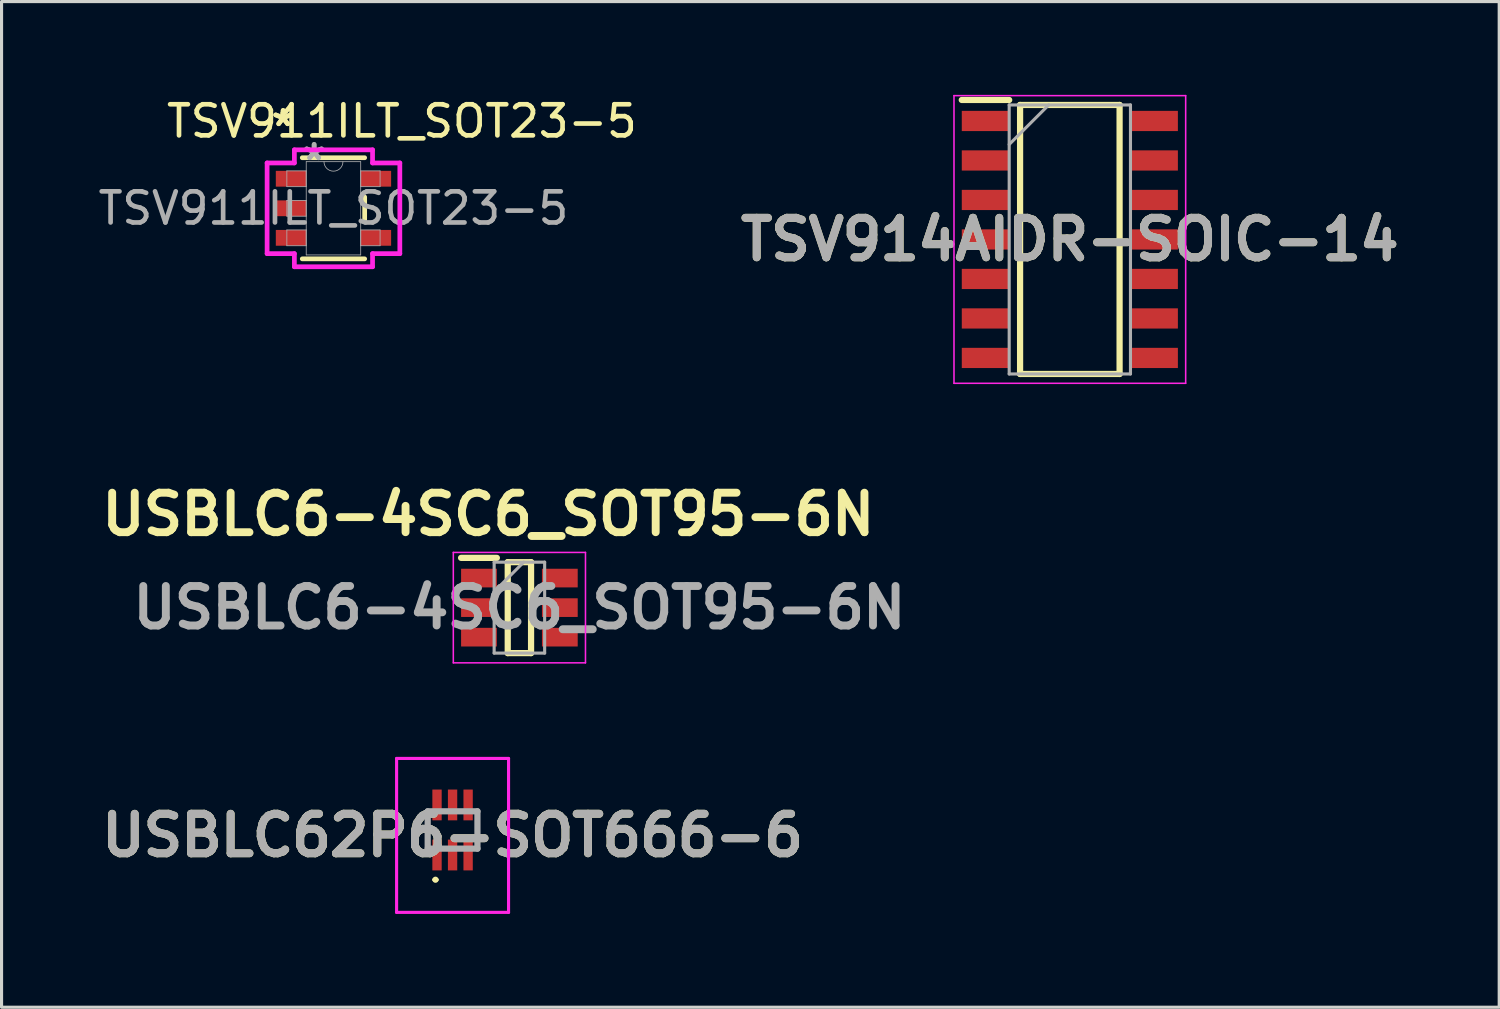
<source format=kicad_pcb>
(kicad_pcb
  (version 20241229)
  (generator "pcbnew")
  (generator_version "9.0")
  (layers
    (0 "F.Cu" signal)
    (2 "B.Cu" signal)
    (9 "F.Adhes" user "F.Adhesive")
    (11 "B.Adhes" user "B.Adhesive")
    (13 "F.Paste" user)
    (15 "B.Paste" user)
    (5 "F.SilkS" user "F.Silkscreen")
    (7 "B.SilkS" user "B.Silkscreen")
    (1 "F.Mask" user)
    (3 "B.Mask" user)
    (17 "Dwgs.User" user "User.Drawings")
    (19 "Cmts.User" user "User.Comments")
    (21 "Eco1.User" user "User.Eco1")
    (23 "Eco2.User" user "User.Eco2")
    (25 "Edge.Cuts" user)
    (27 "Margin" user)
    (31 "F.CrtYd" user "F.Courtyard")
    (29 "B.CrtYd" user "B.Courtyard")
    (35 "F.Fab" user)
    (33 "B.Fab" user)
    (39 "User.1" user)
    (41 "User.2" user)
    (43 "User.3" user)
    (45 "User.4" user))
  (footprint "TSV911ILT_SOT23-5"
    (layer "F.Cu")
    (at 7.673 3.648)
    (property "Reference" "TSV911ILT_SOT23-5" (at 2.2 -2.8 0) (unlocked yes) (layer "F.SilkS") (effects (font (size 1 1) (thickness 0.15))))
    (attr smd)
    (fp_line (start -1.003 1.626) (end 1.003 1.626) (stroke (width 0.152) (type solid)) (layer "F.SilkS"))
    (fp_line (start 1.003 -1.626) (end -1.003 -1.626) (stroke (width 0.152) (type solid)) (layer "F.SilkS"))
    (fp_line (start 1.003 0.363) (end 1.003 -0.363) (stroke (width 0.152) (type solid)) (layer "F.SilkS"))
    (fp_line (start -2.134 -1.458) (end -1.257 -1.458) (stroke (width 0.152) (type solid)) (layer "F.CrtYd"))
    (fp_line (start -2.134 1.458) (end -2.134 -1.458) (stroke (width 0.152) (type solid)) (layer "F.CrtYd"))
    (fp_line (start -1.257 -1.88) (end 1.257 -1.88) (stroke (width 0.152) (type solid)) (layer "F.CrtYd"))
    (fp_line (start -1.257 -1.458) (end -1.257 -1.88) (stroke (width 0.152) (type solid)) (layer "F.CrtYd"))
    (fp_line (start -1.257 1.458) (end -2.134 1.458) (stroke (width 0.152) (type solid)) (layer "F.CrtYd"))
    (fp_line (start -1.257 1.88) (end -1.257 1.458) (stroke (width 0.152) (type solid)) (layer "F.CrtYd"))
    (fp_line (start 1.257 -1.88) (end 1.257 -1.458) (stroke (width 0.152) (type solid)) (layer "F.CrtYd"))
    (fp_line (start 1.257 -1.458) (end 2.134 -1.458) (stroke (width 0.152) (type solid)) (layer "F.CrtYd"))
    (fp_line (start 1.257 1.458) (end 1.257 1.88) (stroke (width 0.152) (type solid)) (layer "F.CrtYd"))
    (fp_line (start 1.257 1.88) (end -1.257 1.88) (stroke (width 0.152) (type solid)) (layer "F.CrtYd"))
    (fp_line (start 2.134 -1.458) (end 2.134 1.458) (stroke (width 0.152) (type solid)) (layer "F.CrtYd"))
    (fp_line (start 2.134 1.458) (end 1.257 1.458) (stroke (width 0.152) (type solid)) (layer "F.CrtYd"))
    (fp_line (start -1.499 -1.204) (end -1.499 -0.696) (stroke (width 0.025) (type solid)) (layer "F.Fab"))
    (fp_line (start -1.499 -0.696) (end -0.876 -0.696) (stroke (width 0.025) (type solid)) (layer "F.Fab"))
    (fp_line (start -1.499 -0.254) (end -1.499 0.254) (stroke (width 0.025) (type solid)) (layer "F.Fab"))
    (fp_line (start -1.499 0.254) (end -0.876 0.254) (stroke (width 0.025) (type solid)) (layer "F.Fab"))
    (fp_line (start -1.499 0.696) (end -1.499 1.204) (stroke (width 0.025) (type solid)) (layer "F.Fab"))
    (fp_line (start -1.499 1.204) (end -0.876 1.204) (stroke (width 0.025) (type solid)) (layer "F.Fab"))
    (fp_line (start -0.876 -1.499) (end -0.876 1.499) (stroke (width 0.025) (type solid)) (layer "F.Fab"))
    (fp_line (start -0.876 -1.204) (end -1.499 -1.204) (stroke (width 0.025) (type solid)) (layer "F.Fab"))
    (fp_line (start -0.876 -0.696) (end -0.876 -1.204) (stroke (width 0.025) (type solid)) (layer "F.Fab"))
    (fp_line (start -0.876 -0.254) (end -1.499 -0.254) (stroke (width 0.025) (type solid)) (layer "F.Fab"))
    (fp_line (start -0.876 0.254) (end -0.876 -0.254) (stroke (width 0.025) (type solid)) (layer "F.Fab"))
    (fp_line (start -0.876 0.696) (end -1.499 0.696) (stroke (width 0.025) (type solid)) (layer "F.Fab"))
    (fp_line (start -0.876 1.204) (end -0.876 0.696) (stroke (width 0.025) (type solid)) (layer "F.Fab"))
    (fp_line (start -0.876 1.499) (end 0.876 1.499) (stroke (width 0.025) (type solid)) (layer "F.Fab"))
    (fp_line (start 0.876 -1.499) (end -0.876 -1.499) (stroke (width 0.025) (type solid)) (layer "F.Fab"))
    (fp_line (start 0.876 -1.204) (end 0.876 -0.696) (stroke (width 0.025) (type solid)) (layer "F.Fab"))
    (fp_line (start 0.876 -0.696) (end 1.499 -0.696) (stroke (width 0.025) (type solid)) (layer "F.Fab"))
    (fp_line (start 0.876 0.696) (end 0.876 1.204) (stroke (width 0.025) (type solid)) (layer "F.Fab"))
    (fp_line (start 0.876 1.204) (end 1.499 1.204) (stroke (width 0.025) (type solid)) (layer "F.Fab"))
    (fp_line (start 0.876 1.499) (end 0.876 -1.499) (stroke (width 0.025) (type solid)) (layer "F.Fab"))
    (fp_line (start 1.499 -1.204) (end 0.876 -1.204) (stroke (width 0.025) (type solid)) (layer "F.Fab"))
    (fp_line (start 1.499 -0.696) (end 1.499 -1.204) (stroke (width 0.025) (type solid)) (layer "F.Fab"))
    (fp_line (start 1.499 0.696) (end 0.876 0.696) (stroke (width 0.025) (type solid)) (layer "F.Fab"))
    (fp_line (start 1.499 1.204) (end 1.499 0.696) (stroke (width 0.025) (type solid)) (layer "F.Fab"))
    (fp_arc (start 0.3048 -1.4986) (mid 0 -1.1938) (end -0.3048 -1.4986) (stroke (width 0.0254) (type solid)) (layer "F.Fab"))
    (fp_text user "*" (at -1.619 -2.601 0) (layer "F.SilkS") (effects (font (size 1 1) (thickness 0.15))))
    (fp_text user "*" (at -1.619 -2.601 0) (unlocked yes) (layer "F.SilkS") (effects (font (size 1 1) (thickness 0.15))))
    (fp_text user "*" (at -0.622 -1.509 0) (unlocked yes) (layer "F.Fab") (effects (font (size 1 1) (thickness 0.15))))
    (fp_text user "${REFERENCE}" (at 0 0 0) (unlocked yes) (layer "F.Fab") (effects (font (size 1 1) (thickness 0.15))))
    (fp_text user "*" (at -0.622 -1.509 0) (layer "F.Fab") (effects (font (size 1 1) (thickness 0.15))))
    (pad "1" smd rect (at -1.365 -0.95) (size 0.978 0.508) (layers "F.Cu" "F.Mask" "F.Paste"))
    (pad "2" smd rect (at -1.365 0) (size 0.978 0.508) (layers "F.Cu" "F.Mask" "F.Paste"))
    (pad "3" smd rect (at -1.365 0.95) (size 0.978 0.508) (layers "F.Cu" "F.Mask" "F.Paste"))
    (pad "4" smd rect (at 1.365 0.95) (size 0.978 0.508) (layers "F.Cu" "F.Mask" "F.Paste"))
    (pad "5" smd rect (at 1.365 -0.95) (size 0.978 0.508) (layers "F.Cu" "F.Mask" "F.Paste")))
  (footprint "USBLC6-4SC6_SOT95-6N"
    (layer "F.Cu")
    (at 13.652 16.489)
    (property "Reference" "USBLC6-4SC6_SOT95-6N" (at -1 -3 0) (layer "F.SilkS") (effects (font (size 1.27 1.27) (thickness 0.254))))
    (attr smd)
    (fp_line (start -1.875 -1.6) (end -0.725 -1.6) (stroke (width 0.2) (type solid)) (layer "F.SilkS"))
    (fp_line (start -0.375 -1.462) (end 0.375 -1.462) (stroke (width 0.2) (type solid)) (layer "F.SilkS"))
    (fp_line (start -0.375 1.462) (end -0.375 -1.462) (stroke (width 0.2) (type solid)) (layer "F.SilkS"))
    (fp_line (start 0.375 -1.462) (end 0.375 1.462) (stroke (width 0.2) (type solid)) (layer "F.SilkS"))
    (fp_line (start 0.375 1.462) (end -0.375 1.462) (stroke (width 0.2) (type solid)) (layer "F.SilkS"))
    (fp_line (start -2.125 -1.775) (end 2.125 -1.775) (stroke (width 0.05) (type solid)) (layer "F.CrtYd"))
    (fp_line (start -2.125 1.775) (end -2.125 -1.775) (stroke (width 0.05) (type solid)) (layer "F.CrtYd"))
    (fp_line (start 2.125 -1.775) (end 2.125 1.775) (stroke (width 0.05) (type solid)) (layer "F.CrtYd"))
    (fp_line (start 2.125 1.775) (end -2.125 1.775) (stroke (width 0.05) (type solid)) (layer "F.CrtYd"))
    (fp_line (start -0.812 -1.462) (end 0.812 -1.462) (stroke (width 0.1) (type solid)) (layer "F.Fab"))
    (fp_line (start -0.812 -0.512) (end 0.138 -1.462) (stroke (width 0.1) (type solid)) (layer "F.Fab"))
    (fp_line (start -0.812 1.462) (end -0.812 -1.462) (stroke (width 0.1) (type solid)) (layer "F.Fab"))
    (fp_line (start 0.812 -1.462) (end 0.812 1.462) (stroke (width 0.1) (type solid)) (layer "F.Fab"))
    (fp_line (start 0.812 1.462) (end -0.812 1.462) (stroke (width 0.1) (type solid)) (layer "F.Fab"))
    (fp_text user "${REFERENCE}" (at 0 0 0) (layer "F.Fab") (effects (font (size 1.27 1.27) (thickness 0.254))))
    (pad "1" smd rect (at -1.3 -0.95 90) (size 0.6 1.15) (layers "F.Cu" "F.Mask" "F.Paste"))
    (pad "2" smd rect (at -1.3 0 90) (size 0.6 1.15) (layers "F.Cu" "F.Mask" "F.Paste"))
    (pad "3" smd rect (at -1.3 0.95 90) (size 0.6 1.15) (layers "F.Cu" "F.Mask" "F.Paste"))
    (pad "4" smd rect (at 1.3 0.95 90) (size 0.6 1.15) (layers "F.Cu" "F.Mask" "F.Paste"))
    (pad "5" smd rect (at 1.3 0 90) (size 0.6 1.15) (layers "F.Cu" "F.Mask" "F.Paste"))
    (pad "6" smd rect (at 1.3 -0.95 90) (size 0.6 1.15) (layers "F.Cu" "F.Mask" "F.Paste")))
  (footprint "TSV914AIDR-SOIC-14"
    (layer "F.Cu")
    (at 31.352 4.65)
    (property "Reference" "TSV914AIDR-SOIC-14" (at 0 0 0) (layer "F.SilkS") (effects (font (size 1.27 1.27) (thickness 0.254))))
    (attr smd)
    (fp_line (start -3.475 -4.485) (end -1.95 -4.485) (stroke (width 0.2) (type solid)) (layer "F.SilkS"))
    (fp_line (start -1.6 -4.325) (end 1.6 -4.325) (stroke (width 0.2) (type solid)) (layer "F.SilkS"))
    (fp_line (start -1.6 4.325) (end -1.6 -4.325) (stroke (width 0.2) (type solid)) (layer "F.SilkS"))
    (fp_line (start 1.6 -4.325) (end 1.6 4.325) (stroke (width 0.2) (type solid)) (layer "F.SilkS"))
    (fp_line (start 1.6 4.325) (end -1.6 4.325) (stroke (width 0.2) (type solid)) (layer "F.SilkS"))
    (fp_line (start -3.725 -4.625) (end 3.725 -4.625) (stroke (width 0.05) (type solid)) (layer "F.CrtYd"))
    (fp_line (start -3.725 4.625) (end -3.725 -4.625) (stroke (width 0.05) (type solid)) (layer "F.CrtYd"))
    (fp_line (start 3.725 -4.625) (end 3.725 4.625) (stroke (width 0.05) (type solid)) (layer "F.CrtYd"))
    (fp_line (start 3.725 4.625) (end -3.725 4.625) (stroke (width 0.05) (type solid)) (layer "F.CrtYd"))
    (fp_line (start -1.95 -4.325) (end 1.95 -4.325) (stroke (width 0.1) (type solid)) (layer "F.Fab"))
    (fp_line (start -1.95 -3.055) (end -0.68 -4.325) (stroke (width 0.1) (type solid)) (layer "F.Fab"))
    (fp_line (start -1.95 4.325) (end -1.95 -4.325) (stroke (width 0.1) (type solid)) (layer "F.Fab"))
    (fp_line (start 1.95 -4.325) (end 1.95 4.325) (stroke (width 0.1) (type solid)) (layer "F.Fab"))
    (fp_line (start 1.95 4.325) (end -1.95 4.325) (stroke (width 0.1) (type solid)) (layer "F.Fab"))
    (fp_text user "${REFERENCE}" (at 0 0 0) (layer "F.Fab") (effects (font (size 1.27 1.27) (thickness 0.254))))
    (pad "1" smd rect (at -2.712 -3.81 90) (size 0.65 1.525) (layers "F.Cu" "F.Mask" "F.Paste"))
    (pad "2" smd rect (at -2.712 -2.54 90) (size 0.65 1.525) (layers "F.Cu" "F.Mask" "F.Paste"))
    (pad "3" smd rect (at -2.712 -1.27 90) (size 0.65 1.525) (layers "F.Cu" "F.Mask" "F.Paste"))
    (pad "4" smd rect (at -2.712 0 90) (size 0.65 1.525) (layers "F.Cu" "F.Mask" "F.Paste"))
    (pad "5" smd rect (at -2.712 1.27 90) (size 0.65 1.525) (layers "F.Cu" "F.Mask" "F.Paste"))
    (pad "6" smd rect (at -2.712 2.54 90) (size 0.65 1.525) (layers "F.Cu" "F.Mask" "F.Paste"))
    (pad "7" smd rect (at -2.712 3.81 90) (size 0.65 1.525) (layers "F.Cu" "F.Mask" "F.Paste"))
    (pad "8" smd rect (at 2.712 3.81 90) (size 0.65 1.525) (layers "F.Cu" "F.Mask" "F.Paste"))
    (pad "9" smd rect (at 2.712 2.54 90) (size 0.65 1.525) (layers "F.Cu" "F.Mask" "F.Paste"))
    (pad "10" smd rect (at 2.712 1.27 90) (size 0.65 1.525) (layers "F.Cu" "F.Mask" "F.Paste"))
    (pad "11" smd rect (at 2.712 0 90) (size 0.65 1.525) (layers "F.Cu" "F.Mask" "F.Paste"))
    (pad "12" smd rect (at 2.712 -1.27 90) (size 0.65 1.525) (layers "F.Cu" "F.Mask" "F.Paste"))
    (pad "13" smd rect (at 2.712 -2.54 90) (size 0.65 1.525) (layers "F.Cu" "F.Mask" "F.Paste"))
    (pad "14" smd rect (at 2.712 -3.81 90) (size 0.65 1.525) (layers "F.Cu" "F.Mask" "F.Paste")))
  (footprint "USBLC62P6-SOT666-6"
    (layer "F.Cu")
    (at 11.503 23.639)
    (property "Reference" "USBLC62P6-SOT666-6" (at 0 0.175 0) (layer "F.SilkS") (effects (font (size 1.27 1.27) (thickness 0.254))))
    (attr smd)
    (fp_line (start -0.6 1.6) (end -0.6 1.6) (stroke (width 0.1) (type solid)) (layer "F.SilkS"))
    (fp_line (start -0.5 1.6) (end -0.5 1.6) (stroke (width 0.1) (type solid)) (layer "F.SilkS"))
    (fp_arc (start -0.6 1.6) (mid -0.55 1.55) (end -0.5 1.6) (stroke (width 0.1) (type solid)) (layer "F.SilkS"))
    (fp_arc (start -0.5 1.6) (mid -0.55 1.65) (end -0.6 1.6) (stroke (width 0.1) (type solid)) (layer "F.SilkS"))
    (fp_line (start -1.8 -2.3) (end 1.8 -2.3) (stroke (width 0.1) (type solid)) (layer "F.CrtYd"))
    (fp_line (start -1.8 2.65) (end -1.8 -2.3) (stroke (width 0.1) (type solid)) (layer "F.CrtYd"))
    (fp_line (start 1.8 -2.3) (end 1.8 2.65) (stroke (width 0.1) (type solid)) (layer "F.CrtYd"))
    (fp_line (start 1.8 2.65) (end -1.8 2.65) (stroke (width 0.1) (type solid)) (layer "F.CrtYd"))
    (fp_line (start -0.8 -0.6) (end 0.8 -0.6) (stroke (width 0.2) (type solid)) (layer "F.Fab"))
    (fp_line (start -0.8 0.6) (end -0.8 -0.6) (stroke (width 0.2) (type solid)) (layer "F.Fab"))
    (fp_line (start 0.8 -0.6) (end 0.8 0.6) (stroke (width 0.2) (type solid)) (layer "F.Fab"))
    (fp_line (start 0.8 0.6) (end -0.8 0.6) (stroke (width 0.2) (type solid)) (layer "F.Fab"))
    (fp_text user "${REFERENCE}" (at 0 0.175 0) (layer "F.Fab") (effects (font (size 1.27 1.27) (thickness 0.254))))
    (pad "1" smd rect (at -0.5 0.805) (size 0.3 0.99) (layers "F.Cu" "F.Mask" "F.Paste"))
    (pad "2" smd rect (at 0 0.805) (size 0.3 0.99) (layers "F.Cu" "F.Mask" "F.Paste"))
    (pad "3" smd rect (at 0.5 0.805) (size 0.3 0.99) (layers "F.Cu" "F.Mask" "F.Paste"))
    (pad "4" smd rect (at 0.5 -0.805) (size 0.3 0.99) (layers "F.Cu" "F.Mask" "F.Paste"))
    (pad "5" smd rect (at 0 -0.805) (size 0.3 0.99) (layers "F.Cu" "F.Mask" "F.Paste"))
    (pad "6" smd rect (at -0.5 -0.805) (size 0.3 0.99) (layers "F.Cu" "F.Mask" "F.Paste")))
  (gr_rect
    (start -3 -3)
    (end 45.159 29.339)
    (stroke (width 0.1) (type default))
    (fill no)
    (layer "Edge.Cuts")))
</source>
